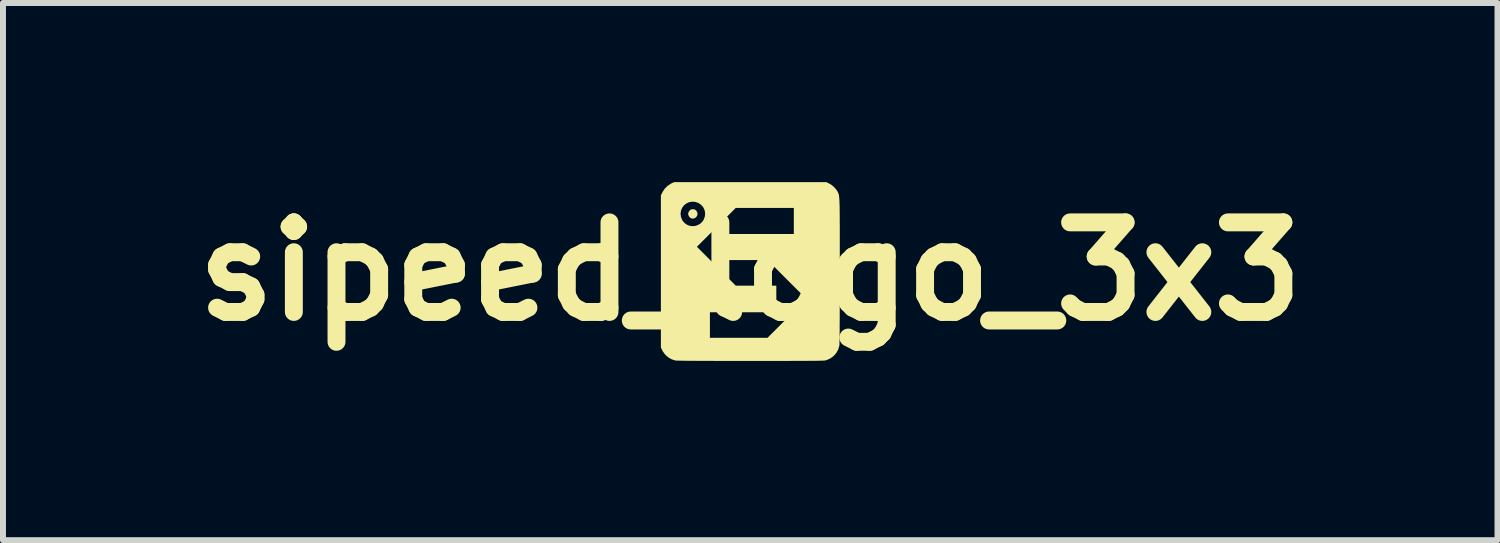
<source format=kicad_pcb>
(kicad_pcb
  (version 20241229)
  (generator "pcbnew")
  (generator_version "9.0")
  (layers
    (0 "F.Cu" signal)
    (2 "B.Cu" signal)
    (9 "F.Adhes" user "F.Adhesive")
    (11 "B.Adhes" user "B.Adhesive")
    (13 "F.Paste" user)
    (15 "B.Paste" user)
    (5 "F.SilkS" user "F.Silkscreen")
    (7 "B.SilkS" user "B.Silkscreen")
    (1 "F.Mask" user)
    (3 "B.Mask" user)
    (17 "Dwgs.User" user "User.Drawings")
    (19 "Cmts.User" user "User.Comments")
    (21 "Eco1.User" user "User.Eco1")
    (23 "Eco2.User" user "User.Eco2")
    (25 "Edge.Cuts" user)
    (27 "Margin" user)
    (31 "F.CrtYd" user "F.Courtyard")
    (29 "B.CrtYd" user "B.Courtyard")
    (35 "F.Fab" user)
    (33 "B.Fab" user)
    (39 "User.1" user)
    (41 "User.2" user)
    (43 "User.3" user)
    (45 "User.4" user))
  (footprint "sipeed_logo_3x3"
    (layer "F.Cu")
    (at 9.514 1.496)
    (property "Reference" "sipeed_logo_3x3" (at 0 0 0) (layer "F.SilkS") (effects (font (size 1.5 1.5) (thickness 0.3))))
    (attr board_only exclude_from_pos_files exclude_from_bom)
    (fp_poly (pts (xy -0.935 -1.04) (xy -0.917 -1.03) (xy -0.903 -1.017) (xy -0.886 -0.988) (xy -0.883 -0.958) (xy -0.891 -0.929) (xy -0.909 -0.906) (xy -0.935 -0.89) (xy -0.968 -0.885) (xy -0.982 -0.887) (xy -0.999 -0.895) (xy -1.017 -0.91) (xy -1.02 -0.914) (xy -1.037 -0.945) (xy -1.039 -0.977) (xy -1.025 -1.008) (xy -1.017 -1.017) (xy -0.999 -1.034) (xy -0.98 -1.041) (xy -0.96 -1.042)) (stroke (width 0) (type solid)) (fill yes) (layer "F.SilkS"))
    (fp_poly (pts (xy 1.321 -1.473) (xy 1.366 -1.446) (xy 1.407 -1.41) (xy 1.442 -1.371) (xy 1.46 -1.343) (xy 1.465 -1.333) (xy 1.47 -1.323) (xy 1.474 -1.314) (xy 1.478 -1.304) (xy 1.482 -1.292) (xy 1.485 -1.278) (xy 1.488 -1.261) (xy 1.49 -1.241) (xy 1.492 -1.215) (xy 1.494 -1.185) (xy 1.495 -1.148) (xy 1.497 -1.104) (xy 1.498 -1.053) (xy 1.498 -0.993) (xy 1.499 -0.924) (xy 1.499 -0.845) (xy 1.5 -0.755) (xy 1.5 -0.654) (xy 1.5 -0.541) (xy 1.5 -0.414) (xy 1.5 -0.274) (xy 1.5 -0.119) (xy 1.5 -0.007) (xy 1.5 0.175) (xy 1.5 0.344) (xy 1.5 0.499) (xy 1.499 0.64) (xy 1.499 0.767) (xy 1.498 0.879) (xy 1.498 0.977) (xy 1.497 1.06) (xy 1.496 1.129) (xy 1.495 1.182) (xy 1.494 1.22) (xy 1.493 1.242) (xy 1.492 1.247) (xy 1.472 1.311) (xy 1.439 1.369) (xy 1.395 1.418) (xy 1.341 1.457) (xy 1.28 1.484) (xy 1.247 1.492) (xy 1.234 1.493) (xy 1.206 1.494) (xy 1.164 1.495) (xy 1.11 1.496) (xy 1.044 1.496) (xy 0.968 1.497) (xy 0.882 1.497) (xy 0.788 1.498) (xy 0.686 1.498) (xy 0.578 1.499) (xy 0.465 1.499) (xy 0.348 1.499) (xy 0.228 1.499) (xy 0.106 1.499) (xy -0.017 1.499) (xy -0.141 1.499) (xy -0.262 1.499) (xy -0.382 1.499) (xy -0.498 1.499) (xy -0.61 1.498) (xy -0.717 1.498) (xy -0.817 1.498) (xy -0.909 1.497) (xy -0.993 1.496) (xy -1.067 1.496) (xy -1.13 1.495) (xy -1.181 1.494) (xy -1.22 1.493) (xy -1.244 1.492) (xy -1.253 1.492) (xy -1.316 1.471) (xy -1.375 1.437) (xy -1.425 1.392) (xy -1.465 1.337) (xy -1.473 1.321) (xy -1.496 1.274) (xy -1.496 -0.000167) (xy -1.496 -0.413) (xy -0.893 -0.413) (xy -0.568 -0.087) (xy -0.242 0.238) (xy 0.097 0.238) (xy 0.437 0.238) (xy 0.437 0.46) (xy 0.437 0.683) (xy -0.119 0.683) (xy -0.675 0.683) (xy -0.675 0.897) (xy -0.675 1.111) (xy -0.192 1.111) (xy 0.29 1.111) (xy 0.615 0.786) (xy 0.941 0.46) (xy 0.615 0.135) (xy 0.29 -0.191) (xy -0.05 -0.191) (xy -0.389 -0.191) (xy -0.389 -0.409) (xy -0.389 -0.627) (xy 0.171 -0.627) (xy 0.73 -0.627) (xy 0.73 -0.845) (xy 0.73 -1.064) (xy 0.244 -1.064) (xy -0.242 -1.064) (xy -0.568 -0.738) (xy -0.893 -0.413) (xy -1.496 -0.413) (xy -1.496 -0.965) (xy -1.167 -0.965) (xy -1.159 -0.909) (xy -1.139 -0.86) (xy -1.108 -0.819) (xy -1.069 -0.788) (xy -1.023 -0.767) (xy -0.972 -0.758) (xy -0.919 -0.763) (xy -0.878 -0.777) (xy -0.831 -0.804) (xy -0.796 -0.841) (xy -0.778 -0.87) (xy -0.759 -0.924) (xy -0.755 -0.978) (xy -0.765 -1.03) (xy -0.788 -1.077) (xy -0.824 -1.117) (xy -0.87 -1.148) (xy -0.922 -1.165) (xy -0.975 -1.169) (xy -1.025 -1.159) (xy -1.07 -1.138) (xy -1.11 -1.107) (xy -1.14 -1.066) (xy -1.16 -1.018) (xy -1.167 -0.965) (xy -1.496 -0.965) (xy -1.496 -1.274) (xy -1.47 -1.327) (xy -1.434 -1.383) (xy -1.386 -1.432) (xy -1.33 -1.469) (xy -1.319 -1.475) (xy -1.274 -1.496) (xy -0.000001 -1.496) (xy 1.274 -1.496)) (stroke (width 0) (type solid)) (fill yes) (layer "F.SilkS")))
  (gr_rect
    (start -3 -3)
    (end 22.029 5.996)
    (stroke (width 0.1) (type default))
    (fill no)
    (layer "Edge.Cuts")))
</source>
